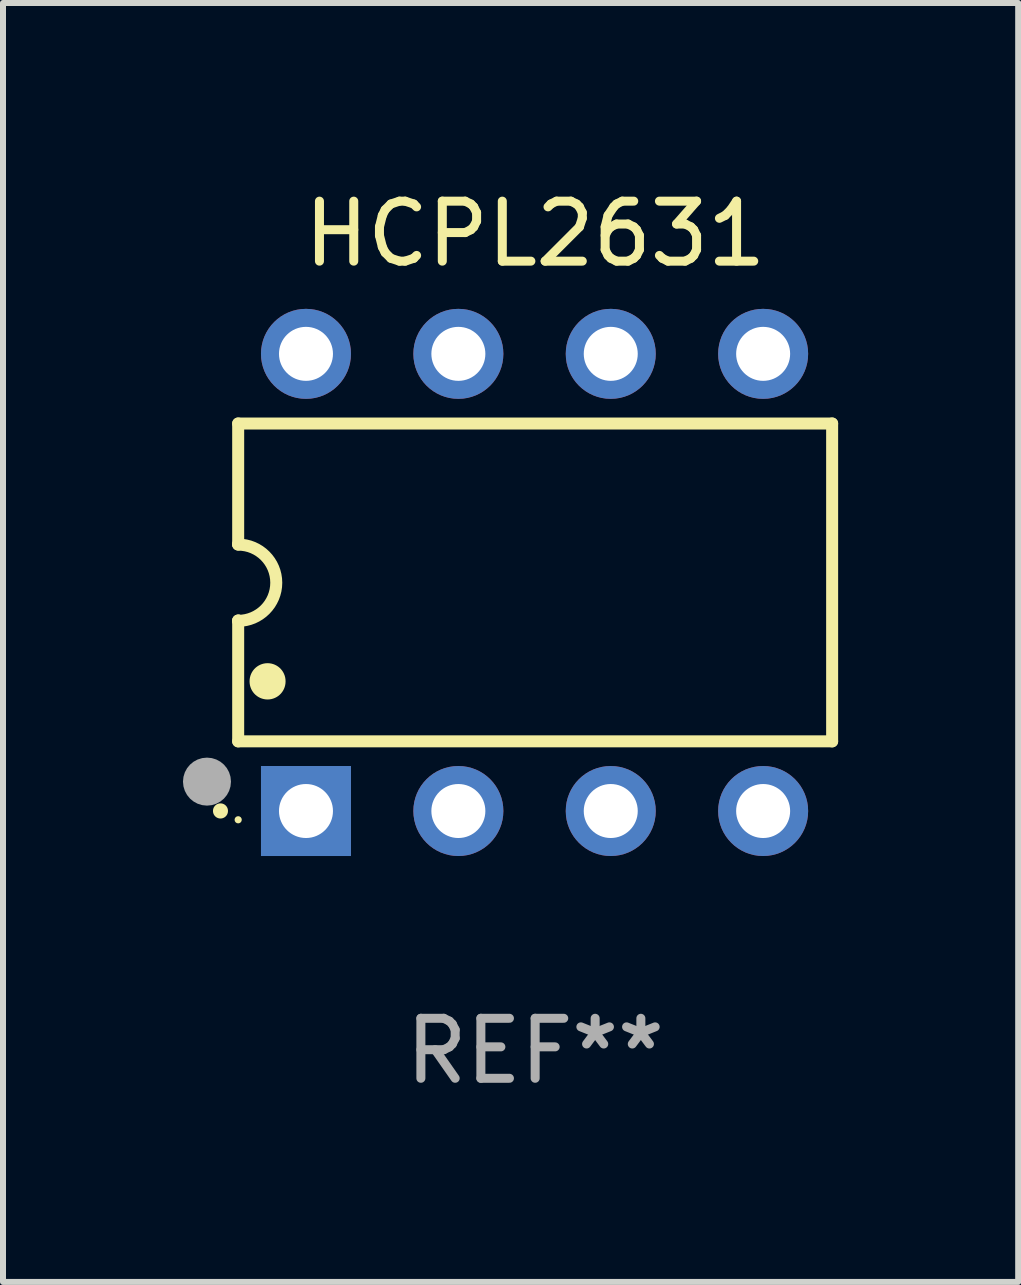
<source format=kicad_pcb>
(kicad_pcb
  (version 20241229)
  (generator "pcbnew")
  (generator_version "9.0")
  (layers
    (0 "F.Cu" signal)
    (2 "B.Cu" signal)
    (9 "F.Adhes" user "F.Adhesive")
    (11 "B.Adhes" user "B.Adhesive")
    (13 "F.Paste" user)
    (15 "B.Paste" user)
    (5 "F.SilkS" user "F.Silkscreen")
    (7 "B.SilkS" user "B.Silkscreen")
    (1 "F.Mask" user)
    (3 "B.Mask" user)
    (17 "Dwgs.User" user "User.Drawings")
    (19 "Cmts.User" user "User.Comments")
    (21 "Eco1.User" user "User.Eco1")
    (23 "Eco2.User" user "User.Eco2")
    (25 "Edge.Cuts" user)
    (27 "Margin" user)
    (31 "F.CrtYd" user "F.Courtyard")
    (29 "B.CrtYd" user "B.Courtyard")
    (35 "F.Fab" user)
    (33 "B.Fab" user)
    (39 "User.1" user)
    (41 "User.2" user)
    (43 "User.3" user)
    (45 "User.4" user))
  (footprint "HCPL2631"
    (layer "F.Cu")
    (at 5.87 6.658)
    (property "Reference" "HCPL2631" (at 0 -5.81 0) (layer "F.SilkS") (effects (font (size 1 1) (thickness 0.15))))
    (attr through_hole)
    (fp_line (start -4.95 -2.649) (end 4.95 -2.649) (stroke (width 0.2) (type solid)) (layer "F.SilkS"))
    (fp_line (start -4.95 -0.635) (end -4.95 -2.649) (stroke (width 0.2) (type solid)) (layer "F.SilkS"))
    (fp_line (start -4.95 0.635) (end -4.95 0.64) (stroke (width 0.2) (type solid)) (layer "F.SilkS"))
    (fp_line (start -4.95 2.649) (end -4.95 0.635) (stroke (width 0.2) (type solid)) (layer "F.SilkS"))
    (fp_line (start -4.95 -0.64) (end -4.95 -0.635) (stroke (width 0.2) (type solid)) (layer "F.SilkS"))
    (fp_line (start 4.95 -2.649) (end 4.95 2.649) (stroke (width 0.2) (type solid)) (layer "F.SilkS"))
    (fp_line (start 4.95 2.649) (end -4.95 2.649) (stroke (width 0.2) (type solid)) (layer "F.SilkS"))
    (fp_arc (start -5.24511 3.810008) (mid -5.245117 3.808738) (end -5.24511 3.807468) (stroke (width 0.25) (type solid)) (layer "F.SilkS"))
    (fp_arc (start -4.950165 -0.629997) (mid -4.315164 0.005004) (end -4.950165 0.640005) (stroke (width 0.2) (type solid)) (layer "F.SilkS"))
    (fp_arc (start -4.460249 1.651003) (mid -4.46026 1.648463) (end -4.460249 1.645923) (stroke (width 0.6) (type solid)) (layer "F.SilkS"))
    (fp_circle (center -4.95 3.956) (end -4.92 3.956) (stroke (width 0.06) (type solid)) (fill no) (layer "F.SilkS"))
    (fp_circle (center -5.47 3.32) (end -5.27 3.32) (stroke (width 0.4) (type solid)) (fill no) (layer "F.Fab"))
    (fp_text user "REF**" (at 0 7.81 0) (layer "F.Fab") (effects (font (size 1 1) (thickness 0.15))))
    (pad "1" thru_hole rect (at -3.82 3.81) (size 1.5 1.5) (drill 0.9) (layers "*.Cu" "*.Mask"))
    (pad "2" thru_hole circle (at -1.28 3.81) (size 1.5 1.5) (drill 0.9) (layers "*.Cu" "*.Mask"))
    (pad "3" thru_hole circle (at 1.26 3.81) (size 1.5 1.5) (drill 0.9) (layers "*.Cu" "*.Mask"))
    (pad "4" thru_hole circle (at 3.8 3.81) (size 1.5 1.5) (drill 0.9) (layers "*.Cu" "*.Mask"))
    (pad "5" thru_hole circle (at 3.8 -3.81) (size 1.5 1.5) (drill 0.9) (layers "*.Cu" "*.Mask"))
    (pad "6" thru_hole circle (at 1.26 -3.81) (size 1.5 1.5) (drill 0.9) (layers "*.Cu" "*.Mask"))
    (pad "7" thru_hole circle (at -1.28 -3.81) (size 1.5 1.5) (drill 0.9) (layers "*.Cu" "*.Mask"))
    (pad "8" thru_hole circle (at -3.82 -3.81) (size 1.5 1.5) (drill 0.9) (layers "*.Cu" "*.Mask")))
  (gr_rect
    (start -3 -3)
    (end 13.921 18.317)
    (stroke (width 0.1) (type default))
    (fill no)
    (layer "Edge.Cuts")))
</source>
